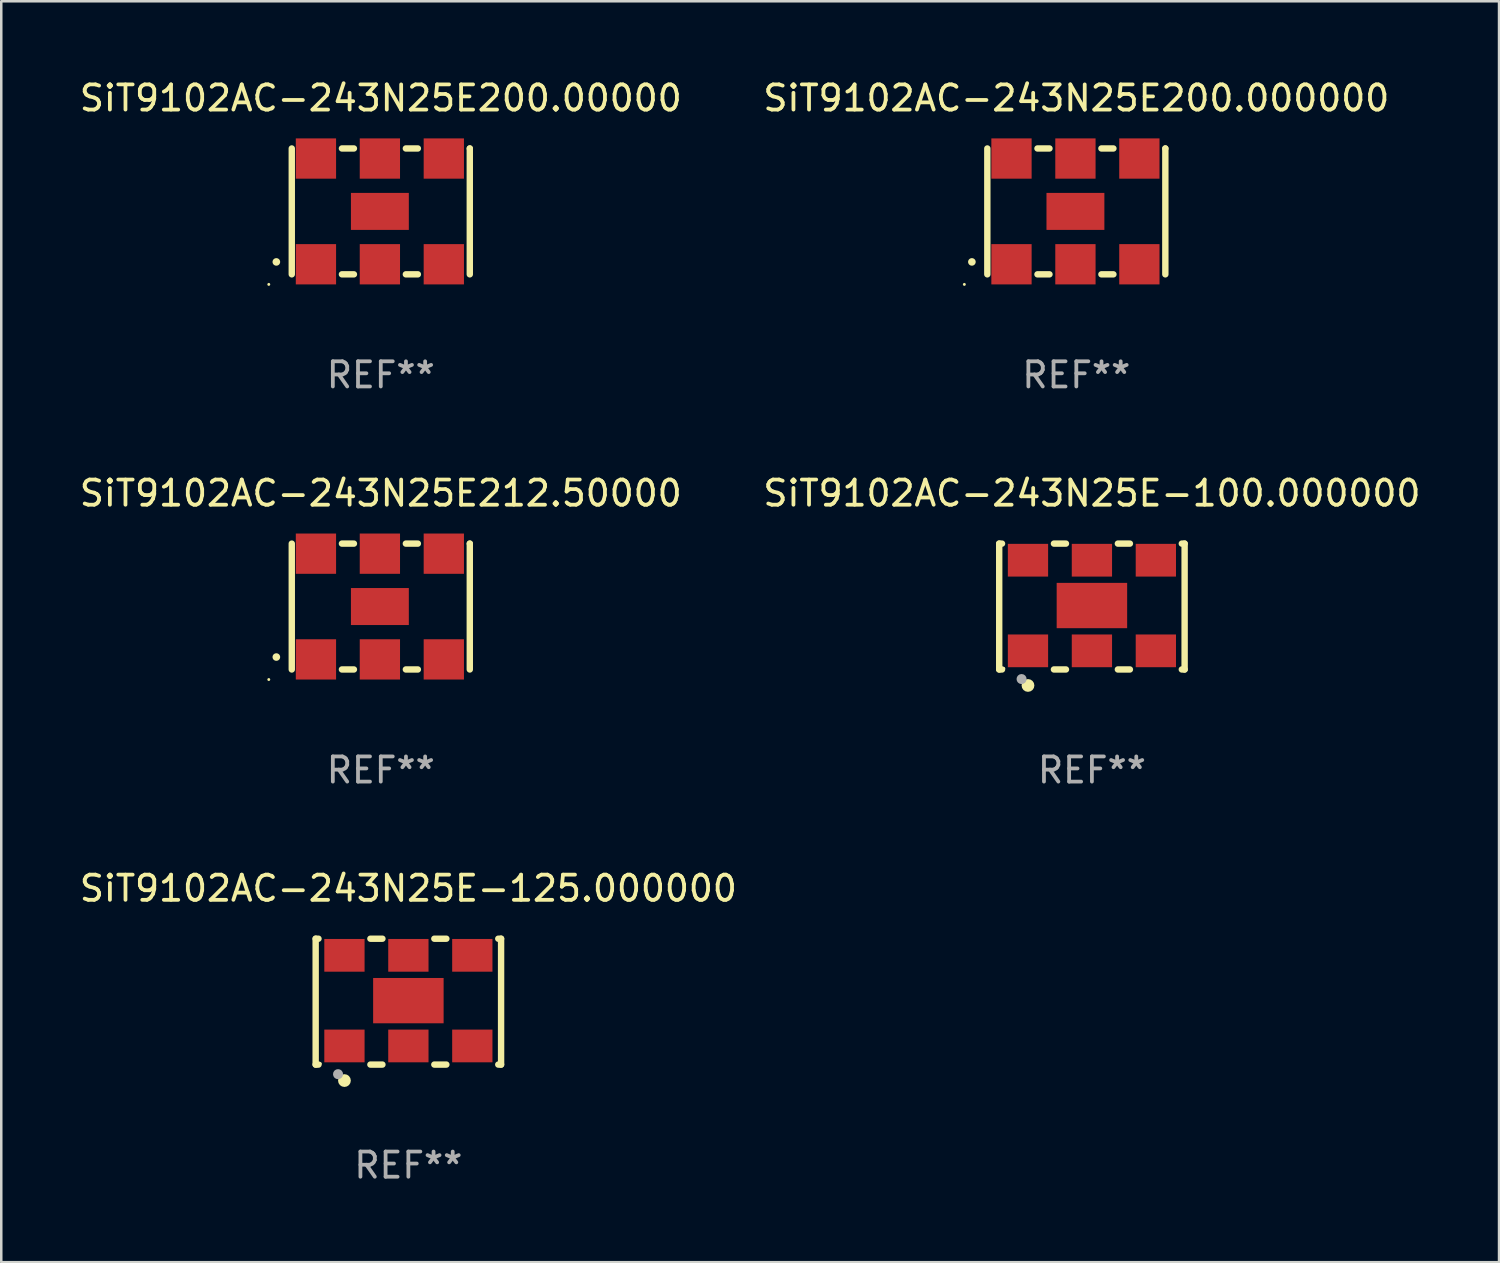
<source format=kicad_pcb>
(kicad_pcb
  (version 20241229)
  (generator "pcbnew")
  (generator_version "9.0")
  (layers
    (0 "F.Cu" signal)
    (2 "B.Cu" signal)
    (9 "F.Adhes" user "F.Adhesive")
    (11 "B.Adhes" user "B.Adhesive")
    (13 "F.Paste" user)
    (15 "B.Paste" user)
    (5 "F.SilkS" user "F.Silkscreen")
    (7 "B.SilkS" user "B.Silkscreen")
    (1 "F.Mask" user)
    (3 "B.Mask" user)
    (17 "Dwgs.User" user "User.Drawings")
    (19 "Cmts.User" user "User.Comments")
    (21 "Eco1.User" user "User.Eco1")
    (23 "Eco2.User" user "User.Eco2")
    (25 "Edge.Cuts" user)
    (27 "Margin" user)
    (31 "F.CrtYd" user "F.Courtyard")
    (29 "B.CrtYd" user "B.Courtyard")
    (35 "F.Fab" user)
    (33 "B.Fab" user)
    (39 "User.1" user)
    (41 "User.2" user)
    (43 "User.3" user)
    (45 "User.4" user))
  (footprint "SiT9102AC-243N25E212.50000"
    (layer "F.Cu")
    (at 12.077 21.045)
    (property "Reference" "SiT9102AC-243N25E212.50000" (at 0 -4.5 0) (layer "F.SilkS") (effects (font (size 1 1) (thickness 0.15))))
    (attr through_hole)
    (fp_line (start -3.536 -2.5) (end -3.536 2.5) (stroke (width 0.254) (type solid)) (layer "F.SilkS"))
    (fp_line (start -1.544 2.5) (end -1.067 2.5) (stroke (width 0.254) (type solid)) (layer "F.SilkS"))
    (fp_line (start -1.067 -2.5) (end -1.544 -2.5) (stroke (width 0.254) (type solid)) (layer "F.SilkS"))
    (fp_line (start 0.996 2.5) (end 1.473 2.5) (stroke (width 0.254) (type solid)) (layer "F.SilkS"))
    (fp_line (start 1.473 -2.5) (end 0.996 -2.5) (stroke (width 0.254) (type solid)) (layer "F.SilkS"))
    (fp_line (start 3.536 -2.5) (end 3.536 -2.5) (stroke (width 0.254) (type solid)) (layer "F.SilkS"))
    (fp_line (start 3.536 2.5) (end 3.536 -2.5) (stroke (width 0.254) (type solid)) (layer "F.SilkS"))
    (fp_arc (start -4.150432 2.006604) (mid -4.149162 2.006599) (end -4.147892 2.006604) (stroke (width 0.3) (type solid)) (layer "F.SilkS"))
    (fp_circle (center -4.449 2.9) (end -4.419 2.9) (stroke (width 0.06) (type solid)) (fill no) (layer "F.SilkS"))
    (fp_text user "REF**" (at 0 6.5 0) (layer "F.Fab") (effects (font (size 1 1) (thickness 0.15))))
    (pad "1" smd rect (at -2.576 2.1) (size 1.6 1.6) (layers "F.Cu" "F.Mask" "F.Paste"))
    (pad "2" smd rect (at -0.036 2.1) (size 1.6 1.6) (layers "F.Cu" "F.Mask" "F.Paste"))
    (pad "3" smd rect (at 2.504 2.1) (size 1.6 1.6) (layers "F.Cu" "F.Mask" "F.Paste"))
    (pad "4" smd rect (at 2.504 -2.1) (size 1.6 1.6) (layers "F.Cu" "F.Mask" "F.Paste"))
    (pad "5" smd rect (at -0.036 -2.1) (size 1.6 1.6) (layers "F.Cu" "F.Mask" "F.Paste"))
    (pad "6" smd rect (at -2.576 -2.1) (size 1.6 1.6) (layers "F.Cu" "F.Mask" "F.Paste"))
    (pad "7" smd rect (at -0.036 0) (size 2.3 1.47) (layers "F.Cu" "F.Mask" "F.Paste")))
  (footprint "SiT9102AC-243N25E-125.000000"
    (layer "F.Cu")
    (at 13.173 36.741)
    (property "Reference" "SiT9102AC-243N25E-125.000000" (at 0 -4.5 0) (layer "F.SilkS") (effects (font (size 1 1) (thickness 0.15))))
    (attr through_hole)
    (fp_line (start -3.683 -2.5) (end -3.571 -2.5) (stroke (width 0.254) (type solid)) (layer "F.SilkS"))
    (fp_line (start -3.683 2.5) (end -3.683 -2.5) (stroke (width 0.254) (type solid)) (layer "F.SilkS"))
    (fp_line (start -3.683 2.5) (end -3.571 2.5) (stroke (width 0.254) (type solid)) (layer "F.SilkS"))
    (fp_line (start -1.509 -2.5) (end -1.031 -2.5) (stroke (width 0.254) (type solid)) (layer "F.SilkS"))
    (fp_line (start -1.509 2.5) (end -1.031 2.5) (stroke (width 0.254) (type solid)) (layer "F.SilkS"))
    (fp_line (start 1.031 -2.5) (end 1.509 -2.5) (stroke (width 0.254) (type solid)) (layer "F.SilkS"))
    (fp_line (start 1.031 2.5) (end 1.509 2.5) (stroke (width 0.254) (type solid)) (layer "F.SilkS"))
    (fp_line (start 3.571 -2.5) (end 3.683 -2.5) (stroke (width 0.254) (type solid)) (layer "F.SilkS"))
    (fp_line (start 3.571 2.5) (end 3.683 2.5) (stroke (width 0.254) (type solid)) (layer "F.SilkS"))
    (fp_line (start 3.683 2.5) (end 3.683 -2.5) (stroke (width 0.254) (type solid)) (layer "F.SilkS"))
    (fp_circle (center -3.5 2.46) (end -3.47 2.46) (stroke (width 0.06) (type solid)) (fill no) (layer "F.SilkS"))
    (fp_circle (center -2.54 3.135) (end -2.413 3.135) (stroke (width 0.254) (type solid)) (fill no) (layer "F.SilkS"))
    (fp_circle (center -2.794 2.881) (end -2.694 2.881) (stroke (width 0.2) (type solid)) (fill no) (layer "F.Fab"))
    (fp_text user "REF**" (at 0 6.5 0) (layer "F.Fab") (effects (font (size 1 1) (thickness 0.15))))
    (pad "1" smd rect (at -2.54 1.76) (size 1.6 1.3) (layers "F.Cu" "F.Mask" "F.Paste"))
    (pad "2" smd rect (at 0 1.76) (size 1.6 1.3) (layers "F.Cu" "F.Mask" "F.Paste"))
    (pad "3" smd rect (at 2.54 1.76) (size 1.6 1.3) (layers "F.Cu" "F.Mask" "F.Paste"))
    (pad "4" smd rect (at 2.54 -1.84) (size 1.6 1.3) (layers "F.Cu" "F.Mask" "F.Paste"))
    (pad "5" smd rect (at 0 -1.84) (size 1.6 1.3) (layers "F.Cu" "F.Mask" "F.Paste"))
    (pad "6" smd rect (at -2.54 -1.84) (size 1.6 1.3) (layers "F.Cu" "F.Mask" "F.Paste"))
    (pad "7" smd rect (at 0 -0.04) (size 2.8 1.8) (layers "F.Cu" "F.Mask" "F.Paste")))
  (footprint "SiT9102AC-243N25E-100.000000"
    (layer "F.Cu")
    (at 40.327 21.045)
    (property "Reference" "SiT9102AC-243N25E-100.000000" (at 0 -4.5 0) (layer "F.SilkS") (effects (font (size 1 1) (thickness 0.15))))
    (attr through_hole)
    (fp_line (start -3.683 -2.5) (end -3.571 -2.5) (stroke (width 0.254) (type solid)) (layer "F.SilkS"))
    (fp_line (start -3.683 2.5) (end -3.683 -2.5) (stroke (width 0.254) (type solid)) (layer "F.SilkS"))
    (fp_line (start -3.683 2.5) (end -3.571 2.5) (stroke (width 0.254) (type solid)) (layer "F.SilkS"))
    (fp_line (start -1.509 -2.5) (end -1.031 -2.5) (stroke (width 0.254) (type solid)) (layer "F.SilkS"))
    (fp_line (start -1.509 2.5) (end -1.031 2.5) (stroke (width 0.254) (type solid)) (layer "F.SilkS"))
    (fp_line (start 1.031 -2.5) (end 1.509 -2.5) (stroke (width 0.254) (type solid)) (layer "F.SilkS"))
    (fp_line (start 1.031 2.5) (end 1.509 2.5) (stroke (width 0.254) (type solid)) (layer "F.SilkS"))
    (fp_line (start 3.571 -2.5) (end 3.683 -2.5) (stroke (width 0.254) (type solid)) (layer "F.SilkS"))
    (fp_line (start 3.571 2.5) (end 3.683 2.5) (stroke (width 0.254) (type solid)) (layer "F.SilkS"))
    (fp_line (start 3.683 2.5) (end 3.683 -2.5) (stroke (width 0.254) (type solid)) (layer "F.SilkS"))
    (fp_circle (center -3.5 2.46) (end -3.47 2.46) (stroke (width 0.06) (type solid)) (fill no) (layer "F.SilkS"))
    (fp_circle (center -2.54 3.135) (end -2.413 3.135) (stroke (width 0.254) (type solid)) (fill no) (layer "F.SilkS"))
    (fp_circle (center -2.794 2.881) (end -2.694 2.881) (stroke (width 0.2) (type solid)) (fill no) (layer "F.Fab"))
    (fp_text user "REF**" (at 0 6.5 0) (layer "F.Fab") (effects (font (size 1 1) (thickness 0.15))))
    (pad "1" smd rect (at -2.54 1.76) (size 1.6 1.3) (layers "F.Cu" "F.Mask" "F.Paste"))
    (pad "2" smd rect (at 0 1.76) (size 1.6 1.3) (layers "F.Cu" "F.Mask" "F.Paste"))
    (pad "3" smd rect (at 2.54 1.76) (size 1.6 1.3) (layers "F.Cu" "F.Mask" "F.Paste"))
    (pad "4" smd rect (at 2.54 -1.84) (size 1.6 1.3) (layers "F.Cu" "F.Mask" "F.Paste"))
    (pad "5" smd rect (at 0 -1.84) (size 1.6 1.3) (layers "F.Cu" "F.Mask" "F.Paste"))
    (pad "6" smd rect (at -2.54 -1.84) (size 1.6 1.3) (layers "F.Cu" "F.Mask" "F.Paste"))
    (pad "7" smd rect (at 0 -0.04) (size 2.8 1.8) (layers "F.Cu" "F.Mask" "F.Paste")))
  (footprint "SiT9102AC-243N25E200.00000"
    (layer "F.Cu")
    (at 12.077 5.348)
    (property "Reference" "SiT9102AC-243N25E200.00000" (at 0 -4.5 0) (layer "F.SilkS") (effects (font (size 1 1) (thickness 0.15))))
    (attr through_hole)
    (fp_line (start -3.536 -2.5) (end -3.536 2.5) (stroke (width 0.254) (type solid)) (layer "F.SilkS"))
    (fp_line (start -1.544 2.5) (end -1.067 2.5) (stroke (width 0.254) (type solid)) (layer "F.SilkS"))
    (fp_line (start -1.067 -2.5) (end -1.544 -2.5) (stroke (width 0.254) (type solid)) (layer "F.SilkS"))
    (fp_line (start 0.996 2.5) (end 1.473 2.5) (stroke (width 0.254) (type solid)) (layer "F.SilkS"))
    (fp_line (start 1.473 -2.5) (end 0.996 -2.5) (stroke (width 0.254) (type solid)) (layer "F.SilkS"))
    (fp_line (start 3.536 -2.5) (end 3.536 -2.5) (stroke (width 0.254) (type solid)) (layer "F.SilkS"))
    (fp_line (start 3.536 2.5) (end 3.536 -2.5) (stroke (width 0.254) (type solid)) (layer "F.SilkS"))
    (fp_arc (start -4.150432 2.006604) (mid -4.149162 2.006599) (end -4.147892 2.006604) (stroke (width 0.3) (type solid)) (layer "F.SilkS"))
    (fp_circle (center -4.449 2.9) (end -4.419 2.9) (stroke (width 0.06) (type solid)) (fill no) (layer "F.SilkS"))
    (fp_text user "REF**" (at 0 6.5 0) (layer "F.Fab") (effects (font (size 1 1) (thickness 0.15))))
    (pad "1" smd rect (at -2.576 2.1) (size 1.6 1.6) (layers "F.Cu" "F.Mask" "F.Paste"))
    (pad "2" smd rect (at -0.036 2.1) (size 1.6 1.6) (layers "F.Cu" "F.Mask" "F.Paste"))
    (pad "3" smd rect (at 2.504 2.1) (size 1.6 1.6) (layers "F.Cu" "F.Mask" "F.Paste"))
    (pad "4" smd rect (at 2.504 -2.1) (size 1.6 1.6) (layers "F.Cu" "F.Mask" "F.Paste"))
    (pad "5" smd rect (at -0.036 -2.1) (size 1.6 1.6) (layers "F.Cu" "F.Mask" "F.Paste"))
    (pad "6" smd rect (at -2.576 -2.1) (size 1.6 1.6) (layers "F.Cu" "F.Mask" "F.Paste"))
    (pad "7" smd rect (at -0.036 0) (size 2.3 1.47) (layers "F.Cu" "F.Mask" "F.Paste")))
  (footprint "SiT9102AC-243N25E200.000000"
    (layer "F.Cu")
    (at 39.708 5.348)
    (property "Reference" "SiT9102AC-243N25E200.000000" (at 0 -4.5 0) (layer "F.SilkS") (effects (font (size 1 1) (thickness 0.15))))
    (attr through_hole)
    (fp_line (start -3.536 -2.5) (end -3.536 2.5) (stroke (width 0.254) (type solid)) (layer "F.SilkS"))
    (fp_line (start -1.544 2.5) (end -1.067 2.5) (stroke (width 0.254) (type solid)) (layer "F.SilkS"))
    (fp_line (start -1.067 -2.5) (end -1.544 -2.5) (stroke (width 0.254) (type solid)) (layer "F.SilkS"))
    (fp_line (start 0.996 2.5) (end 1.473 2.5) (stroke (width 0.254) (type solid)) (layer "F.SilkS"))
    (fp_line (start 1.473 -2.5) (end 0.996 -2.5) (stroke (width 0.254) (type solid)) (layer "F.SilkS"))
    (fp_line (start 3.536 -2.5) (end 3.536 -2.5) (stroke (width 0.254) (type solid)) (layer "F.SilkS"))
    (fp_line (start 3.536 2.5) (end 3.536 -2.5) (stroke (width 0.254) (type solid)) (layer "F.SilkS"))
    (fp_arc (start -4.150432 2.006604) (mid -4.149162 2.006599) (end -4.147892 2.006604) (stroke (width 0.3) (type solid)) (layer "F.SilkS"))
    (fp_circle (center -4.449 2.9) (end -4.419 2.9) (stroke (width 0.06) (type solid)) (fill no) (layer "F.SilkS"))
    (fp_text user "REF**" (at 0 6.5 0) (layer "F.Fab") (effects (font (size 1 1) (thickness 0.15))))
    (pad "1" smd rect (at -2.576 2.1) (size 1.6 1.6) (layers "F.Cu" "F.Mask" "F.Paste"))
    (pad "2" smd rect (at -0.036 2.1) (size 1.6 1.6) (layers "F.Cu" "F.Mask" "F.Paste"))
    (pad "3" smd rect (at 2.504 2.1) (size 1.6 1.6) (layers "F.Cu" "F.Mask" "F.Paste"))
    (pad "4" smd rect (at 2.504 -2.1) (size 1.6 1.6) (layers "F.Cu" "F.Mask" "F.Paste"))
    (pad "5" smd rect (at -0.036 -2.1) (size 1.6 1.6) (layers "F.Cu" "F.Mask" "F.Paste"))
    (pad "6" smd rect (at -2.576 -2.1) (size 1.6 1.6) (layers "F.Cu" "F.Mask" "F.Paste"))
    (pad "7" smd rect (at -0.036 0) (size 2.3 1.47) (layers "F.Cu" "F.Mask" "F.Paste")))
  (gr_rect
    (start -3 -3)
    (end 56.5 47.09)
    (stroke (width 0.1) (type default))
    (fill no)
    (layer "Edge.Cuts")))
</source>
